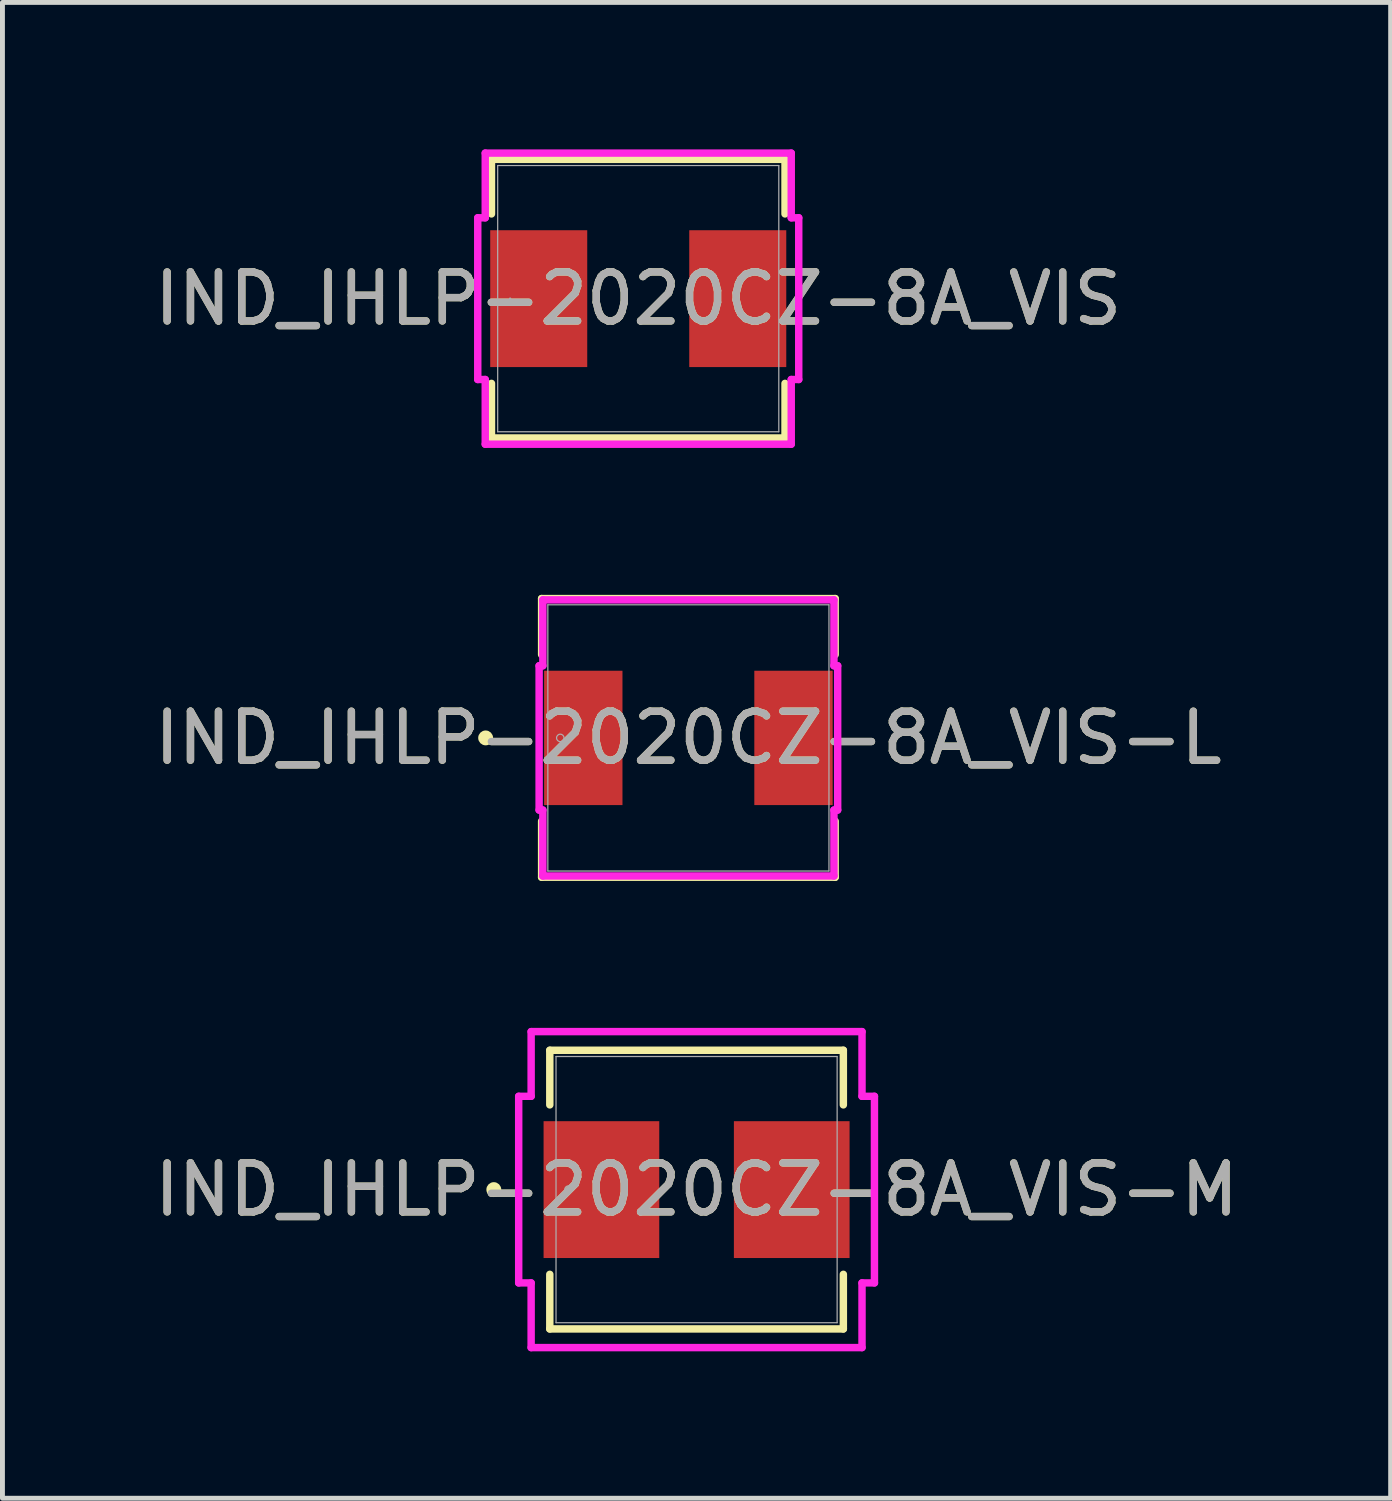
<source format=kicad_pcb>
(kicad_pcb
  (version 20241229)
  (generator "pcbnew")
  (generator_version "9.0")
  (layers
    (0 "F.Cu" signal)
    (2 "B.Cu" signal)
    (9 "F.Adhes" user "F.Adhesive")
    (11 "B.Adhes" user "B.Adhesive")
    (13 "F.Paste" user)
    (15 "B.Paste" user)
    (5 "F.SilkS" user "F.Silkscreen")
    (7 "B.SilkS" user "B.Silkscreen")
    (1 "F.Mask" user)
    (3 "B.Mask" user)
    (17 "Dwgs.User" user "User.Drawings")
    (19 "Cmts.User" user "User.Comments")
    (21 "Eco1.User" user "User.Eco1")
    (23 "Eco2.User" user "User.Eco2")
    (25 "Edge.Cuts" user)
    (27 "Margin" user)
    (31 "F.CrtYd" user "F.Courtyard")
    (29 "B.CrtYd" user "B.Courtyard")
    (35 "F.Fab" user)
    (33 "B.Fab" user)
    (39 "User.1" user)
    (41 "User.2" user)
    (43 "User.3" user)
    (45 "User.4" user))
  (footprint "IND_IHLP-2020CZ-8A_VIS-M"
    (layer "F.Cu")
    (at 11.173 21.24)
    (property "Reference" "IND_IHLP-2020CZ-8A_VIS-M" (at 0 0 0) (unlocked yes) (layer "F.SilkS") (effects (font (size 1 1) (thickness 0.15))))
    (attr smd)
    (fp_line (start -2.997 -2.845) (end -2.997 -1.73) (stroke (width 0.152) (type solid)) (layer "F.SilkS"))
    (fp_line (start -2.997 1.73) (end -2.997 2.845) (stroke (width 0.152) (type solid)) (layer "F.SilkS"))
    (fp_line (start -2.997 2.845) (end 2.997 2.845) (stroke (width 0.152) (type solid)) (layer "F.SilkS"))
    (fp_line (start 2.997 -2.845) (end -2.997 -2.845) (stroke (width 0.152) (type solid)) (layer "F.SilkS"))
    (fp_line (start 2.997 -1.73) (end 2.997 -2.845) (stroke (width 0.152) (type solid)) (layer "F.SilkS"))
    (fp_line (start 2.997 2.845) (end 2.997 1.73) (stroke (width 0.152) (type solid)) (layer "F.SilkS"))
    (fp_circle (center -4.14 0) (end -4.064 0) (stroke (width 0.152) (type solid)) (fill no) (layer "F.SilkS"))
    (fp_line (start -3.632 -1.905) (end -3.378 -1.905) (stroke (width 0.152) (type solid)) (layer "F.CrtYd"))
    (fp_line (start -3.632 1.905) (end -3.632 -1.905) (stroke (width 0.152) (type solid)) (layer "F.CrtYd"))
    (fp_line (start -3.378 -3.226) (end 3.378 -3.226) (stroke (width 0.152) (type solid)) (layer "F.CrtYd"))
    (fp_line (start -3.378 -1.905) (end -3.378 -3.226) (stroke (width 0.152) (type solid)) (layer "F.CrtYd"))
    (fp_line (start -3.378 1.905) (end -3.632 1.905) (stroke (width 0.152) (type solid)) (layer "F.CrtYd"))
    (fp_line (start -3.378 3.226) (end -3.378 1.905) (stroke (width 0.152) (type solid)) (layer "F.CrtYd"))
    (fp_line (start 3.378 -3.226) (end 3.378 -1.905) (stroke (width 0.152) (type solid)) (layer "F.CrtYd"))
    (fp_line (start 3.378 -1.905) (end 3.632 -1.905) (stroke (width 0.152) (type solid)) (layer "F.CrtYd"))
    (fp_line (start 3.378 1.905) (end 3.378 3.226) (stroke (width 0.152) (type solid)) (layer "F.CrtYd"))
    (fp_line (start 3.378 3.226) (end -3.378 3.226) (stroke (width 0.152) (type solid)) (layer "F.CrtYd"))
    (fp_line (start 3.632 -1.905) (end 3.632 1.905) (stroke (width 0.152) (type solid)) (layer "F.CrtYd"))
    (fp_line (start 3.632 1.905) (end 3.378 1.905) (stroke (width 0.152) (type solid)) (layer "F.CrtYd"))
    (fp_line (start -2.87 -2.718) (end -2.87 2.718) (stroke (width 0.025) (type solid)) (layer "F.Fab"))
    (fp_line (start -2.87 2.718) (end 2.87 2.718) (stroke (width 0.025) (type solid)) (layer "F.Fab"))
    (fp_line (start 2.87 -2.718) (end -2.87 -2.718) (stroke (width 0.025) (type solid)) (layer "F.Fab"))
    (fp_line (start 2.87 2.718) (end 2.87 -2.718) (stroke (width 0.025) (type solid)) (layer "F.Fab"))
    (fp_circle (center -2.616 0) (end -2.54 0) (stroke (width 0.025) (type solid)) (fill no) (layer "F.Fab"))
    (fp_text user "${REFERENCE}" (at 0 0 0) (unlocked yes) (layer "F.Fab") (effects (font (size 1 1) (thickness 0.15))))
    (pad "1" smd rect (at -1.943 0 90) (size 2.794 2.362) (layers "F.Cu" "F.Mask" "F.Paste"))
    (pad "2" smd rect (at 1.943 0 90) (size 2.794 2.362) (layers "F.Cu" "F.Mask" "F.Paste"))
    (zone (net_name "") (layer "F.Cu") (hatch full 0.508) (connect_pads) (min_thickness 0.254) (filled_areas_thickness no) (keepout (tracks not_allowed) (vias not_allowed) (pads allowed) (copperpour not_allowed) (footprints allowed)) (placement (enabled no)) (fill) (polygon (pts (xy 8.353 18.573) (xy 13.992 18.573) (xy 13.992 19.792) (xy 8.353 19.792))))
    (zone (net_name "") (layer "F.Cu") (hatch full 0.508) (connect_pads) (min_thickness 0.254) (filled_areas_thickness no) (keepout (tracks not_allowed) (vias not_allowed) (pads allowed) (copperpour not_allowed) (footprints allowed)) (placement (enabled no)) (fill) (polygon (pts (xy 8.353 22.688) (xy 13.992 22.688) (xy 13.992 23.907) (xy 8.353 23.907))))
    (zone (net_name "") (layer "F.Cu") (hatch full 0.508) (connect_pads) (min_thickness 0.254) (filled_areas_thickness no) (keepout (tracks not_allowed) (vias not_allowed) (pads allowed) (copperpour not_allowed) (footprints allowed)) (placement (enabled no)) (fill) (polygon (pts (xy 10.461 19.792) (xy 11.884 19.792) (xy 11.884 22.688) (xy 10.461 22.688)))))
  (footprint "IND_IHLP-2020CZ-8A_VIS-L"
    (layer "F.Cu")
    (at 11.006 12.017)
    (property "Reference" "IND_IHLP-2020CZ-8A_VIS-L" (at 0 0 0) (unlocked yes) (layer "F.SilkS") (effects (font (size 1 1) (thickness 0.15))))
    (attr smd)
    (fp_line (start -2.997 -2.845) (end -2.997 -1.7) (stroke (width 0.152) (type solid)) (layer "F.SilkS"))
    (fp_line (start -2.997 1.7) (end -2.997 2.845) (stroke (width 0.152) (type solid)) (layer "F.SilkS"))
    (fp_line (start -2.997 2.845) (end 2.997 2.845) (stroke (width 0.152) (type solid)) (layer "F.SilkS"))
    (fp_line (start 2.997 -2.845) (end -2.997 -2.845) (stroke (width 0.152) (type solid)) (layer "F.SilkS"))
    (fp_line (start 2.997 -1.7) (end 2.997 -2.845) (stroke (width 0.152) (type solid)) (layer "F.SilkS"))
    (fp_line (start 2.997 2.845) (end 2.997 1.7) (stroke (width 0.152) (type solid)) (layer "F.SilkS"))
    (fp_circle (center -4.14 0) (end -4.064 0) (stroke (width 0.152) (type solid)) (fill no) (layer "F.SilkS"))
    (fp_line (start -3.048 -1.473) (end -2.972 -1.473) (stroke (width 0.152) (type solid)) (layer "F.CrtYd"))
    (fp_line (start -3.048 1.473) (end -3.048 -1.473) (stroke (width 0.152) (type solid)) (layer "F.CrtYd"))
    (fp_line (start -2.972 -2.819) (end 2.972 -2.819) (stroke (width 0.152) (type solid)) (layer "F.CrtYd"))
    (fp_line (start -2.972 -1.473) (end -2.972 -2.819) (stroke (width 0.152) (type solid)) (layer "F.CrtYd"))
    (fp_line (start -2.972 1.473) (end -3.048 1.473) (stroke (width 0.152) (type solid)) (layer "F.CrtYd"))
    (fp_line (start -2.972 2.819) (end -2.972 1.473) (stroke (width 0.152) (type solid)) (layer "F.CrtYd"))
    (fp_line (start 2.972 -2.819) (end 2.972 -1.473) (stroke (width 0.152) (type solid)) (layer "F.CrtYd"))
    (fp_line (start 2.972 -1.473) (end 3.048 -1.473) (stroke (width 0.152) (type solid)) (layer "F.CrtYd"))
    (fp_line (start 2.972 1.473) (end 2.972 2.819) (stroke (width 0.152) (type solid)) (layer "F.CrtYd"))
    (fp_line (start 2.972 2.819) (end -2.972 2.819) (stroke (width 0.152) (type solid)) (layer "F.CrtYd"))
    (fp_line (start 3.048 -1.473) (end 3.048 1.473) (stroke (width 0.152) (type solid)) (layer "F.CrtYd"))
    (fp_line (start 3.048 1.473) (end 2.972 1.473) (stroke (width 0.152) (type solid)) (layer "F.CrtYd"))
    (fp_line (start -2.87 -2.718) (end -2.87 2.718) (stroke (width 0.025) (type solid)) (layer "F.Fab"))
    (fp_line (start -2.87 2.718) (end 2.87 2.718) (stroke (width 0.025) (type solid)) (layer "F.Fab"))
    (fp_line (start 2.87 -2.718) (end -2.87 -2.718) (stroke (width 0.025) (type solid)) (layer "F.Fab"))
    (fp_line (start 2.87 2.718) (end 2.87 -2.718) (stroke (width 0.025) (type solid)) (layer "F.Fab"))
    (fp_circle (center -2.616 0) (end -2.54 0) (stroke (width 0.025) (type solid)) (fill no) (layer "F.Fab"))
    (fp_text user "${REFERENCE}" (at 0 0 0) (unlocked yes) (layer "F.Fab") (effects (font (size 1 1) (thickness 0.15))))
    (pad "1" smd rect (at -2.146 0 90) (size 2.743 1.6) (layers "F.Cu" "F.Mask" "F.Paste"))
    (pad "2" smd rect (at 2.146 0 90) (size 2.743 1.6) (layers "F.Cu" "F.Mask" "F.Paste"))
    (zone (net_name "") (layer "F.Cu") (hatch full 0.508) (connect_pads) (min_thickness 0.254) (filled_areas_thickness no) (keepout (tracks not_allowed) (vias not_allowed) (pads allowed) (copperpour not_allowed) (footprints allowed)) (placement (enabled no)) (fill) (polygon (pts (xy 8.187 9.35) (xy 13.825 9.35) (xy 13.825 10.569) (xy 8.187 10.569))))
    (zone (net_name "") (layer "F.Cu") (hatch full 0.508) (connect_pads) (min_thickness 0.254) (filled_areas_thickness no) (keepout (tracks not_allowed) (vias not_allowed) (pads allowed) (copperpour not_allowed) (footprints allowed)) (placement (enabled no)) (fill) (polygon (pts (xy 8.187 13.465) (xy 13.825 13.465) (xy 13.825 14.684) (xy 8.187 14.684))))
    (zone (net_name "") (layer "F.Cu") (hatch full 0.508) (connect_pads) (min_thickness 0.254) (filled_areas_thickness no) (keepout (tracks not_allowed) (vias not_allowed) (pads allowed) (copperpour not_allowed) (footprints allowed)) (placement (enabled no)) (fill) (polygon (pts (xy 9.711 10.569) (xy 12.301 10.569) (xy 12.301 13.465) (xy 9.711 13.465)))))
  (footprint "IND_IHLP-2020CZ-8A_VIS"
    (layer "F.Cu")
    (at 9.982 3.048)
    (property "Reference" "IND_IHLP-2020CZ-8A_VIS" (at 0 0 0) (unlocked yes) (layer "F.SilkS") (effects (font (size 1 1) (thickness 0.15))))
    (attr smd)
    (fp_line (start -2.997 -2.845) (end -2.997 -1.73) (stroke (width 0.152) (type solid)) (layer "F.SilkS"))
    (fp_line (start -2.997 1.73) (end -2.997 2.845) (stroke (width 0.152) (type solid)) (layer "F.SilkS"))
    (fp_line (start -2.997 2.845) (end 2.997 2.845) (stroke (width 0.152) (type solid)) (layer "F.SilkS"))
    (fp_line (start 2.997 -2.845) (end -2.997 -2.845) (stroke (width 0.152) (type solid)) (layer "F.SilkS"))
    (fp_line (start 2.997 -1.73) (end 2.997 -2.845) (stroke (width 0.152) (type solid)) (layer "F.SilkS"))
    (fp_line (start 2.997 2.845) (end 2.997 1.73) (stroke (width 0.152) (type solid)) (layer "F.SilkS"))
    (fp_line (start -3.277 -1.651) (end -3.124 -1.651) (stroke (width 0.152) (type solid)) (layer "F.CrtYd"))
    (fp_line (start -3.277 1.651) (end -3.277 -1.651) (stroke (width 0.152) (type solid)) (layer "F.CrtYd"))
    (fp_line (start -3.124 -2.972) (end 3.124 -2.972) (stroke (width 0.152) (type solid)) (layer "F.CrtYd"))
    (fp_line (start -3.124 -1.651) (end -3.124 -2.972) (stroke (width 0.152) (type solid)) (layer "F.CrtYd"))
    (fp_line (start -3.124 1.651) (end -3.277 1.651) (stroke (width 0.152) (type solid)) (layer "F.CrtYd"))
    (fp_line (start -3.124 2.972) (end -3.124 1.651) (stroke (width 0.152) (type solid)) (layer "F.CrtYd"))
    (fp_line (start 3.124 -2.972) (end 3.124 -1.651) (stroke (width 0.152) (type solid)) (layer "F.CrtYd"))
    (fp_line (start 3.124 -1.651) (end 3.277 -1.651) (stroke (width 0.152) (type solid)) (layer "F.CrtYd"))
    (fp_line (start 3.124 1.651) (end 3.124 2.972) (stroke (width 0.152) (type solid)) (layer "F.CrtYd"))
    (fp_line (start 3.124 2.972) (end -3.124 2.972) (stroke (width 0.152) (type solid)) (layer "F.CrtYd"))
    (fp_line (start 3.277 -1.651) (end 3.277 1.651) (stroke (width 0.152) (type solid)) (layer "F.CrtYd"))
    (fp_line (start 3.277 1.651) (end 3.124 1.651) (stroke (width 0.152) (type solid)) (layer "F.CrtYd"))
    (fp_line (start -2.87 -2.718) (end -2.87 2.718) (stroke (width 0.025) (type solid)) (layer "F.Fab"))
    (fp_line (start -2.87 2.718) (end 2.87 2.718) (stroke (width 0.025) (type solid)) (layer "F.Fab"))
    (fp_line (start 2.87 -2.718) (end -2.87 -2.718) (stroke (width 0.025) (type solid)) (layer "F.Fab"))
    (fp_line (start 2.87 2.718) (end 2.87 -2.718) (stroke (width 0.025) (type solid)) (layer "F.Fab"))
    (fp_circle (center -2.616 0) (end -2.616 0) (stroke (width 0.025) (type solid)) (fill no) (layer "F.Fab"))
    (fp_text user "${REFERENCE}" (at 0 0 0) (unlocked yes) (layer "F.Fab") (effects (font (size 1 1) (thickness 0.15))))
    (pad "1" smd rect (at -2.032 0 90) (size 2.794 1.981) (layers "F.Cu" "F.Mask" "F.Paste"))
    (pad "2" smd rect (at 2.032 0 90) (size 2.794 1.981) (layers "F.Cu" "F.Mask" "F.Paste"))
    (zone (net_name "") (layer "F.Cu") (hatch full 0.508) (connect_pads) (min_thickness 0.254) (filled_areas_thickness no) (keepout (tracks not_allowed) (vias not_allowed) (pads allowed) (copperpour not_allowed) (footprints allowed)) (placement (enabled no)) (fill) (polygon (pts (xy 7.163 0.381) (xy 12.802 0.381) (xy 12.802 1.6) (xy 7.163 1.6))))
    (zone (net_name "") (layer "F.Cu") (hatch full 0.508) (connect_pads) (min_thickness 0.254) (filled_areas_thickness no) (keepout (tracks not_allowed) (vias not_allowed) (pads allowed) (copperpour not_allowed) (footprints allowed)) (placement (enabled no)) (fill) (polygon (pts (xy 7.163 4.496) (xy 12.802 4.496) (xy 12.802 5.715) (xy 7.163 5.715))))
    (zone (net_name "") (layer "F.Cu") (hatch full 0.508) (connect_pads) (min_thickness 0.254) (filled_areas_thickness no) (keepout (tracks not_allowed) (vias not_allowed) (pads allowed) (copperpour not_allowed) (footprints allowed)) (placement (enabled no)) (fill) (polygon (pts (xy 8.992 1.6) (xy 10.973 1.6) (xy 10.973 4.496) (xy 8.992 4.496)))))
  (gr_rect
    (start -3 -3)
    (end 25.345 27.542)
    (stroke (width 0.1) (type default))
    (fill no)
    (layer "Edge.Cuts")))
</source>
